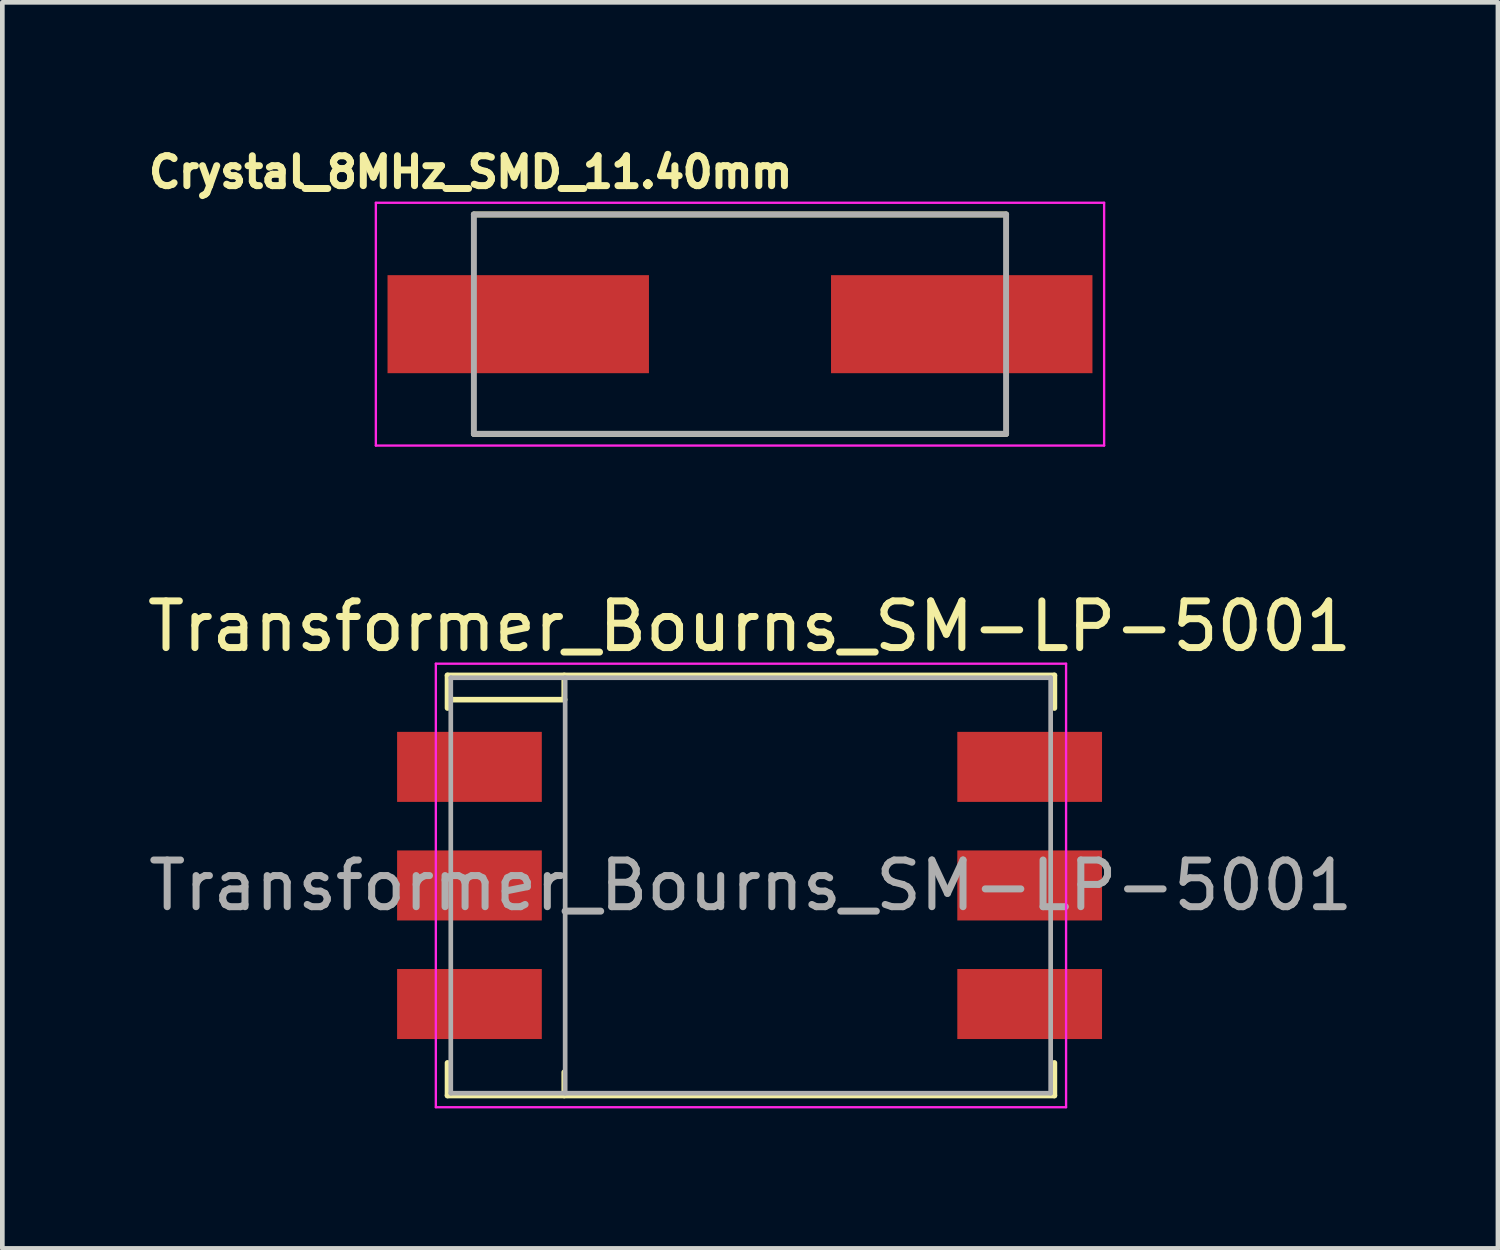
<source format=kicad_pcb>
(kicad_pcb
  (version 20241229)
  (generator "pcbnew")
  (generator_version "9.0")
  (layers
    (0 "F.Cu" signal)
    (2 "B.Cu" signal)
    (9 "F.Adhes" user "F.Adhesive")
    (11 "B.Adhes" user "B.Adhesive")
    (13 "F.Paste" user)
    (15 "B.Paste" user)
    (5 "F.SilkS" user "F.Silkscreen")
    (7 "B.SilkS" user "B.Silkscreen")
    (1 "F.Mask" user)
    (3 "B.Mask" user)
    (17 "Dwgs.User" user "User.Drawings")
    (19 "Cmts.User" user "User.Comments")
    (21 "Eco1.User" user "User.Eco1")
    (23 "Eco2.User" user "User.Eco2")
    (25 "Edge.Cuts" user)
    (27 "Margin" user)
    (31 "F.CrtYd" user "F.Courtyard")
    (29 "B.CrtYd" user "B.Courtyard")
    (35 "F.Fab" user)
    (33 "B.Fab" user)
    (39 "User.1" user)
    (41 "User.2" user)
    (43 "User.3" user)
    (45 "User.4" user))
  (footprint "Crystal_8MHz_SMD_11.40mm"
    (layer "F.Cu")
    (at 12.801 3.894)
    (property "Reference" "Crystal_8MHz_SMD_11.40mm" (at -5.768 -3.256 0) (layer "F.SilkS") (effects (font (size 0.64 0.64) (thickness 0.15))))
    (attr smd)
    (fp_line (start -5.7 -2.35) (end 5.7 -2.35) (stroke (width 0.127) (type solid)) (layer "F.SilkS"))
    (fp_line (start -5.7 2.35) (end 5.7 2.35) (stroke (width 0.127) (type solid)) (layer "F.SilkS"))
    (fp_line (start -7.8 -2.6) (end -7.8 2.6) (stroke (width 0.05) (type solid)) (layer "F.CrtYd"))
    (fp_line (start -7.8 2.6) (end 7.8 2.6) (stroke (width 0.05) (type solid)) (layer "F.CrtYd"))
    (fp_line (start 7.8 -2.6) (end -7.8 -2.6) (stroke (width 0.05) (type solid)) (layer "F.CrtYd"))
    (fp_line (start 7.8 2.6) (end 7.8 -2.6) (stroke (width 0.05) (type solid)) (layer "F.CrtYd"))
    (fp_line (start -5.7 -2.35) (end -5.7 2.35) (stroke (width 0.127) (type solid)) (layer "F.Fab"))
    (fp_line (start -5.7 -2.35) (end 5.7 -2.35) (stroke (width 0.127) (type solid)) (layer "F.Fab"))
    (fp_line (start -5.7 2.35) (end 5.7 2.35) (stroke (width 0.127) (type solid)) (layer "F.Fab"))
    (fp_line (start 5.7 -2.35) (end 5.7 2.35) (stroke (width 0.127) (type solid)) (layer "F.Fab"))
    (pad "1" smd rect (at -4.75 0) (size 5.6 2.1) (layers "F.Cu" "F.Mask" "F.Paste"))
    (pad "2" smd rect (at 4.75 0) (size 5.6 2.1) (layers "F.Cu" "F.Mask" "F.Paste")))
  (footprint "Transformer_Bourns_SM-LP-5001"
    (layer "F.Cu")
    (at 13.006 15.917)
    (property "Reference" "Transformer_Bourns_SM-LP-5001" (at 0 -5.55 0) (layer "F.SilkS") (effects (font (size 1 1) (thickness 0.15))))
    (attr smd)
    (fp_line (start -6.47 -4.5) (end -6.47 -3.8) (stroke (width 0.12) (type solid)) (layer "F.SilkS"))
    (fp_line (start -6.47 3.8) (end -6.47 4.5) (stroke (width 0.12) (type solid)) (layer "F.SilkS"))
    (fp_line (start -6.47 4.5) (end 6.53 4.5) (stroke (width 0.12) (type solid)) (layer "F.SilkS"))
    (fp_line (start -3.97 -4.5) (end -3.97 -4) (stroke (width 0.12) (type solid)) (layer "F.SilkS"))
    (fp_line (start -3.97 4.5) (end -3.97 4) (stroke (width 0.12) (type solid)) (layer "F.SilkS"))
    (fp_line (start -3.96 -3.98) (end -6.39 -3.98) (stroke (width 0.12) (type solid)) (layer "F.SilkS"))
    (fp_line (start 6.53 -4.5) (end -6.47 -4.5) (stroke (width 0.12) (type solid)) (layer "F.SilkS"))
    (fp_line (start 6.53 -4.5) (end 6.53 -3.8) (stroke (width 0.12) (type solid)) (layer "F.SilkS"))
    (fp_line (start 6.53 3.8) (end 6.53 4.5) (stroke (width 0.12) (type solid)) (layer "F.SilkS"))
    (fp_line (start -6.72 -4.75) (end -6.72 4.75) (stroke (width 0.05) (type solid)) (layer "F.CrtYd"))
    (fp_line (start -6.72 -4.75) (end 6.78 -4.75) (stroke (width 0.05) (type solid)) (layer "F.CrtYd"))
    (fp_line (start 6.78 4.75) (end -6.72 4.75) (stroke (width 0.05) (type solid)) (layer "F.CrtYd"))
    (fp_line (start 6.78 4.75) (end 6.78 -4.75) (stroke (width 0.05) (type solid)) (layer "F.CrtYd"))
    (fp_line (start -6.4 -4.45) (end -6.4 4.45) (stroke (width 0.1) (type solid)) (layer "F.Fab"))
    (fp_line (start -6.4 4.45) (end 6.45 4.45) (stroke (width 0.1) (type solid)) (layer "F.Fab"))
    (fp_line (start -3.95 -4.45) (end -3.95 4.45) (stroke (width 0.1) (type solid)) (layer "F.Fab"))
    (fp_line (start 6.45 -4.45) (end -6.4 -4.45) (stroke (width 0.1) (type solid)) (layer "F.Fab"))
    (fp_line (start 6.45 4.45) (end 6.45 -4.45) (stroke (width 0.1) (type solid)) (layer "F.Fab"))
    (fp_text user "${REFERENCE}" (at 0.025 0 0) (layer "F.Fab") (effects (font (size 1 1) (thickness 0.15))))
    (pad "1" smd rect (at -6 -2.54) (size 3.1 1.5) (layers "F.Cu" "F.Mask" "F.Paste"))
    (pad "2" smd rect (at -6 0) (size 3.1 1.5) (layers "F.Cu" "F.Mask" "F.Paste"))
    (pad "3" smd rect (at -6 2.54) (size 3.1 1.5) (layers "F.Cu" "F.Mask" "F.Paste"))
    (pad "4" smd rect (at 6 2.54) (size 3.1 1.5) (layers "F.Cu" "F.Mask" "F.Paste"))
    (pad "5" smd rect (at 6 0) (size 3.1 1.5) (layers "F.Cu" "F.Mask" "F.Paste"))
    (pad "6" smd rect (at 6 -2.54) (size 3.1 1.5) (layers "F.Cu" "F.Mask" "F.Paste")))
  (gr_rect
    (start -3 -3)
    (end 29.037 23.692)
    (stroke (width 0.1) (type default))
    (fill no)
    (layer "Edge.Cuts")))
</source>
